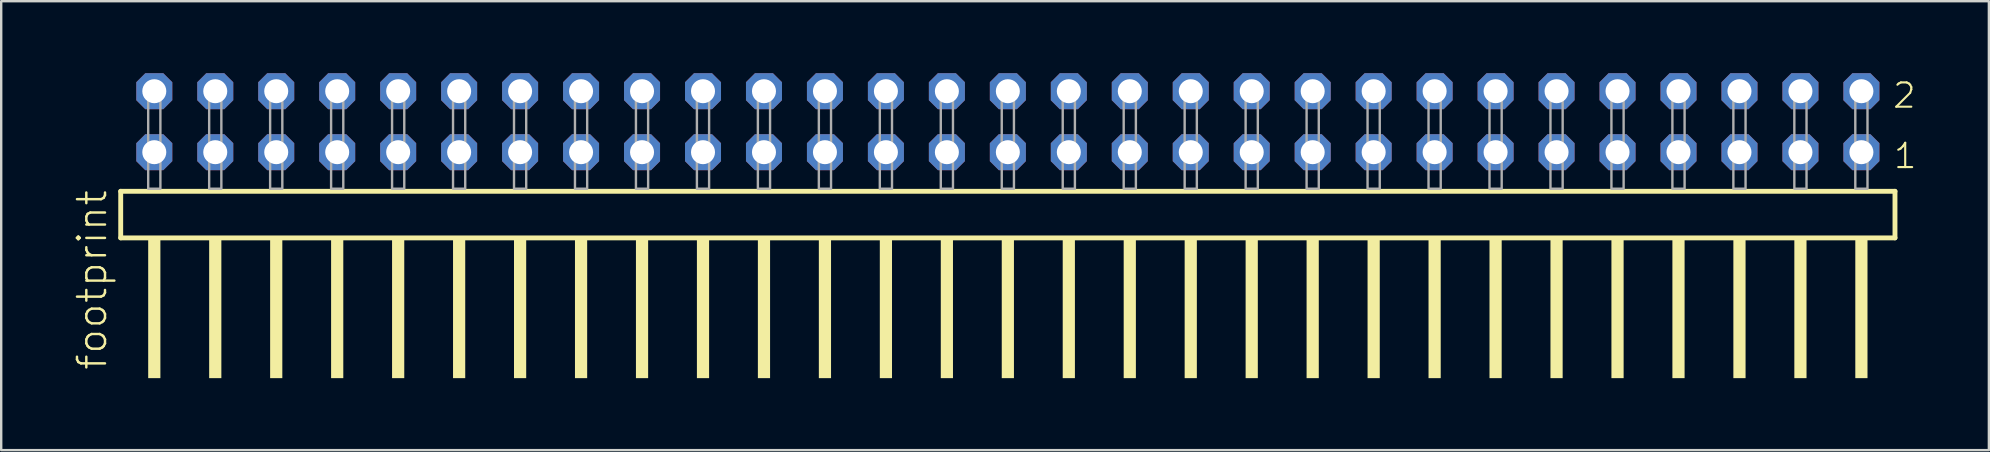
<source format=kicad_pcb>
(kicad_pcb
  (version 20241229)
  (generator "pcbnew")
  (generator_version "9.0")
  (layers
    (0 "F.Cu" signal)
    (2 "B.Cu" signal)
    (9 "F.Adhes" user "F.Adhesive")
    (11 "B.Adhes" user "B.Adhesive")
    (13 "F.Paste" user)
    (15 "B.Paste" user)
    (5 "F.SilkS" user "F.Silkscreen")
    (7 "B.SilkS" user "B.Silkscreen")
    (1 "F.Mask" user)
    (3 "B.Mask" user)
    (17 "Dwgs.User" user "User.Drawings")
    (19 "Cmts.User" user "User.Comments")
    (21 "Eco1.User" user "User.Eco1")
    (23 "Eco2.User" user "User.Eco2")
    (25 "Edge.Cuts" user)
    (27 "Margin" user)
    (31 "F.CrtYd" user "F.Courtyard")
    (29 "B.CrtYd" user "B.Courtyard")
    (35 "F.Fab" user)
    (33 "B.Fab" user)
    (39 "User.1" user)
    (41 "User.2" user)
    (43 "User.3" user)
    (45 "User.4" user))
  (footprint "footprint"
    (layer "F.Cu")
    (at 38.938 4.814)
    (property "Reference" "footprint" (at -37.465 7.62 90) (layer "F.SilkS") (effects (font (size 1.168 1.168) (thickness 0.102)) (justify left bottom)))
    (fp_line (start -36.959 0.106) (end -36.959 2.046) (stroke (width 0.203) (type solid)) (layer "F.SilkS"))
    (fp_line (start -36.959 2.046) (end 36.959 2.046) (stroke (width 0.203) (type solid)) (layer "F.SilkS"))
    (fp_line (start 36.959 0.106) (end -36.959 0.106) (stroke (width 0.203) (type solid)) (layer "F.SilkS"))
    (fp_line (start 36.959 2.046) (end 36.959 0.106) (stroke (width 0.203) (type solid)) (layer "F.SilkS"))
    (fp_poly (pts (xy -35.814 7.89) (xy -35.306 7.89) (xy -35.306 2.04) (xy -35.814 2.04)) (stroke (width 0) (type solid)) (fill yes) (layer "F.SilkS"))
    (fp_poly (pts (xy -33.274 7.89) (xy -32.766 7.89) (xy -32.766 2.04) (xy -33.274 2.04)) (stroke (width 0) (type solid)) (fill yes) (layer "F.SilkS"))
    (fp_poly (pts (xy -30.734 7.89) (xy -30.226 7.89) (xy -30.226 2.04) (xy -30.734 2.04)) (stroke (width 0) (type solid)) (fill yes) (layer "F.SilkS"))
    (fp_poly (pts (xy -28.194 7.89) (xy -27.686 7.89) (xy -27.686 2.04) (xy -28.194 2.04)) (stroke (width 0) (type solid)) (fill yes) (layer "F.SilkS"))
    (fp_poly (pts (xy -25.654 7.89) (xy -25.146 7.89) (xy -25.146 2.04) (xy -25.654 2.04)) (stroke (width 0) (type solid)) (fill yes) (layer "F.SilkS"))
    (fp_poly (pts (xy -23.114 7.89) (xy -22.606 7.89) (xy -22.606 2.04) (xy -23.114 2.04)) (stroke (width 0) (type solid)) (fill yes) (layer "F.SilkS"))
    (fp_poly (pts (xy -20.574 7.89) (xy -20.066 7.89) (xy -20.066 2.04) (xy -20.574 2.04)) (stroke (width 0) (type solid)) (fill yes) (layer "F.SilkS"))
    (fp_poly (pts (xy -18.034 7.89) (xy -17.526 7.89) (xy -17.526 2.04) (xy -18.034 2.04)) (stroke (width 0) (type solid)) (fill yes) (layer "F.SilkS"))
    (fp_poly (pts (xy -15.494 7.89) (xy -14.986 7.89) (xy -14.986 2.04) (xy -15.494 2.04)) (stroke (width 0) (type solid)) (fill yes) (layer "F.SilkS"))
    (fp_poly (pts (xy -12.954 7.89) (xy -12.446 7.89) (xy -12.446 2.04) (xy -12.954 2.04)) (stroke (width 0) (type solid)) (fill yes) (layer "F.SilkS"))
    (fp_poly (pts (xy -10.414 7.89) (xy -9.906 7.89) (xy -9.906 2.04) (xy -10.414 2.04)) (stroke (width 0) (type solid)) (fill yes) (layer "F.SilkS"))
    (fp_poly (pts (xy -7.874 7.89) (xy -7.366 7.89) (xy -7.366 2.04) (xy -7.874 2.04)) (stroke (width 0) (type solid)) (fill yes) (layer "F.SilkS"))
    (fp_poly (pts (xy -5.334 7.89) (xy -4.826 7.89) (xy -4.826 2.04) (xy -5.334 2.04)) (stroke (width 0) (type solid)) (fill yes) (layer "F.SilkS"))
    (fp_poly (pts (xy -2.794 7.89) (xy -2.286 7.89) (xy -2.286 2.04) (xy -2.794 2.04)) (stroke (width 0) (type solid)) (fill yes) (layer "F.SilkS"))
    (fp_poly (pts (xy -0.254 7.89) (xy 0.254 7.89) (xy 0.254 2.04) (xy -0.254 2.04)) (stroke (width 0) (type solid)) (fill yes) (layer "F.SilkS"))
    (fp_poly (pts (xy 2.286 7.89) (xy 2.794 7.89) (xy 2.794 2.04) (xy 2.286 2.04)) (stroke (width 0) (type solid)) (fill yes) (layer "F.SilkS"))
    (fp_poly (pts (xy 4.826 7.89) (xy 5.334 7.89) (xy 5.334 2.04) (xy 4.826 2.04)) (stroke (width 0) (type solid)) (fill yes) (layer "F.SilkS"))
    (fp_poly (pts (xy 7.366 7.89) (xy 7.874 7.89) (xy 7.874 2.04) (xy 7.366 2.04)) (stroke (width 0) (type solid)) (fill yes) (layer "F.SilkS"))
    (fp_poly (pts (xy 9.906 7.89) (xy 10.414 7.89) (xy 10.414 2.04) (xy 9.906 2.04)) (stroke (width 0) (type solid)) (fill yes) (layer "F.SilkS"))
    (fp_poly (pts (xy 12.446 7.89) (xy 12.954 7.89) (xy 12.954 2.04) (xy 12.446 2.04)) (stroke (width 0) (type solid)) (fill yes) (layer "F.SilkS"))
    (fp_poly (pts (xy 14.986 7.89) (xy 15.494 7.89) (xy 15.494 2.04) (xy 14.986 2.04)) (stroke (width 0) (type solid)) (fill yes) (layer "F.SilkS"))
    (fp_poly (pts (xy 17.526 7.89) (xy 18.034 7.89) (xy 18.034 2.04) (xy 17.526 2.04)) (stroke (width 0) (type solid)) (fill yes) (layer "F.SilkS"))
    (fp_poly (pts (xy 20.066 7.89) (xy 20.574 7.89) (xy 20.574 2.04) (xy 20.066 2.04)) (stroke (width 0) (type solid)) (fill yes) (layer "F.SilkS"))
    (fp_poly (pts (xy 22.606 7.89) (xy 23.114 7.89) (xy 23.114 2.04) (xy 22.606 2.04)) (stroke (width 0) (type solid)) (fill yes) (layer "F.SilkS"))
    (fp_poly (pts (xy 25.146 7.89) (xy 25.654 7.89) (xy 25.654 2.04) (xy 25.146 2.04)) (stroke (width 0) (type solid)) (fill yes) (layer "F.SilkS"))
    (fp_poly (pts (xy 27.686 7.89) (xy 28.194 7.89) (xy 28.194 2.04) (xy 27.686 2.04)) (stroke (width 0) (type solid)) (fill yes) (layer "F.SilkS"))
    (fp_poly (pts (xy 30.226 7.89) (xy 30.734 7.89) (xy 30.734 2.04) (xy 30.226 2.04)) (stroke (width 0) (type solid)) (fill yes) (layer "F.SilkS"))
    (fp_poly (pts (xy 32.766 7.89) (xy 33.274 7.89) (xy 33.274 2.04) (xy 32.766 2.04)) (stroke (width 0) (type solid)) (fill yes) (layer "F.SilkS"))
    (fp_poly (pts (xy 35.306 7.89) (xy 35.814 7.89) (xy 35.814 2.04) (xy 35.306 2.04)) (stroke (width 0) (type solid)) (fill yes) (layer "F.SilkS"))
    (fp_poly (pts (xy -35.814 0) (xy -35.306 0) (xy -35.306 -4.318) (xy -35.814 -4.318)) (stroke (width 0.1) (type solid)) (fill no) (layer "F.Fab"))
    (fp_poly (pts (xy -33.274 0) (xy -32.766 0) (xy -32.766 -4.318) (xy -33.274 -4.318)) (stroke (width 0.1) (type solid)) (fill no) (layer "F.Fab"))
    (fp_poly (pts (xy -30.734 0) (xy -30.226 0) (xy -30.226 -4.318) (xy -30.734 -4.318)) (stroke (width 0.1) (type solid)) (fill no) (layer "F.Fab"))
    (fp_poly (pts (xy -28.194 0) (xy -27.686 0) (xy -27.686 -4.318) (xy -28.194 -4.318)) (stroke (width 0.1) (type solid)) (fill no) (layer "F.Fab"))
    (fp_poly (pts (xy -25.654 0) (xy -25.146 0) (xy -25.146 -4.318) (xy -25.654 -4.318)) (stroke (width 0.1) (type solid)) (fill no) (layer "F.Fab"))
    (fp_poly (pts (xy -23.114 0) (xy -22.606 0) (xy -22.606 -4.318) (xy -23.114 -4.318)) (stroke (width 0.1) (type solid)) (fill no) (layer "F.Fab"))
    (fp_poly (pts (xy -20.574 0) (xy -20.066 0) (xy -20.066 -4.318) (xy -20.574 -4.318)) (stroke (width 0.1) (type solid)) (fill no) (layer "F.Fab"))
    (fp_poly (pts (xy -18.034 0) (xy -17.526 0) (xy -17.526 -4.318) (xy -18.034 -4.318)) (stroke (width 0.1) (type solid)) (fill no) (layer "F.Fab"))
    (fp_poly (pts (xy -15.494 0) (xy -14.986 0) (xy -14.986 -4.318) (xy -15.494 -4.318)) (stroke (width 0.1) (type solid)) (fill no) (layer "F.Fab"))
    (fp_poly (pts (xy -12.954 0) (xy -12.446 0) (xy -12.446 -4.318) (xy -12.954 -4.318)) (stroke (width 0.1) (type solid)) (fill no) (layer "F.Fab"))
    (fp_poly (pts (xy -10.414 0) (xy -9.906 0) (xy -9.906 -4.318) (xy -10.414 -4.318)) (stroke (width 0.1) (type solid)) (fill no) (layer "F.Fab"))
    (fp_poly (pts (xy -7.874 0) (xy -7.366 0) (xy -7.366 -4.318) (xy -7.874 -4.318)) (stroke (width 0.1) (type solid)) (fill no) (layer "F.Fab"))
    (fp_poly (pts (xy -5.334 0) (xy -4.826 0) (xy -4.826 -4.318) (xy -5.334 -4.318)) (stroke (width 0.1) (type solid)) (fill no) (layer "F.Fab"))
    (fp_poly (pts (xy -2.794 0) (xy -2.286 0) (xy -2.286 -4.318) (xy -2.794 -4.318)) (stroke (width 0.1) (type solid)) (fill no) (layer "F.Fab"))
    (fp_poly (pts (xy -0.254 0) (xy 0.254 0) (xy 0.254 -4.318) (xy -0.254 -4.318)) (stroke (width 0.1) (type solid)) (fill no) (layer "F.Fab"))
    (fp_poly (pts (xy 2.286 0) (xy 2.794 0) (xy 2.794 -4.318) (xy 2.286 -4.318)) (stroke (width 0.1) (type solid)) (fill no) (layer "F.Fab"))
    (fp_poly (pts (xy 4.826 0) (xy 5.334 0) (xy 5.334 -4.318) (xy 4.826 -4.318)) (stroke (width 0.1) (type solid)) (fill no) (layer "F.Fab"))
    (fp_poly (pts (xy 7.366 0) (xy 7.874 0) (xy 7.874 -4.318) (xy 7.366 -4.318)) (stroke (width 0.1) (type solid)) (fill no) (layer "F.Fab"))
    (fp_poly (pts (xy 9.906 0) (xy 10.414 0) (xy 10.414 -4.318) (xy 9.906 -4.318)) (stroke (width 0.1) (type solid)) (fill no) (layer "F.Fab"))
    (fp_poly (pts (xy 12.446 0) (xy 12.954 0) (xy 12.954 -4.318) (xy 12.446 -4.318)) (stroke (width 0.1) (type solid)) (fill no) (layer "F.Fab"))
    (fp_poly (pts (xy 14.986 0) (xy 15.494 0) (xy 15.494 -4.318) (xy 14.986 -4.318)) (stroke (width 0.1) (type solid)) (fill no) (layer "F.Fab"))
    (fp_poly (pts (xy 17.526 0) (xy 18.034 0) (xy 18.034 -4.318) (xy 17.526 -4.318)) (stroke (width 0.1) (type solid)) (fill no) (layer "F.Fab"))
    (fp_poly (pts (xy 20.066 0) (xy 20.574 0) (xy 20.574 -4.318) (xy 20.066 -4.318)) (stroke (width 0.1) (type solid)) (fill no) (layer "F.Fab"))
    (fp_poly (pts (xy 22.606 0) (xy 23.114 0) (xy 23.114 -4.318) (xy 22.606 -4.318)) (stroke (width 0.1) (type solid)) (fill no) (layer "F.Fab"))
    (fp_poly (pts (xy 25.146 0) (xy 25.654 0) (xy 25.654 -4.318) (xy 25.146 -4.318)) (stroke (width 0.1) (type solid)) (fill no) (layer "F.Fab"))
    (fp_poly (pts (xy 27.686 0) (xy 28.194 0) (xy 28.194 -4.318) (xy 27.686 -4.318)) (stroke (width 0.1) (type solid)) (fill no) (layer "F.Fab"))
    (fp_poly (pts (xy 30.226 0) (xy 30.734 0) (xy 30.734 -4.318) (xy 30.226 -4.318)) (stroke (width 0.1) (type solid)) (fill no) (layer "F.Fab"))
    (fp_poly (pts (xy 32.766 0) (xy 33.274 0) (xy 33.274 -4.318) (xy 32.766 -4.318)) (stroke (width 0.1) (type solid)) (fill no) (layer "F.Fab"))
    (fp_poly (pts (xy 35.306 0) (xy 35.814 0) (xy 35.814 -4.318) (xy 35.306 -4.318)) (stroke (width 0.1) (type solid)) (fill no) (layer "F.Fab"))
    (fp_text user "2" (at 36.81 -3.29 0) (layer "F.SilkS") (effects (font (size 1.012 1.012) (thickness 0.088)) (justify left bottom)))
    (fp_text user "1" (at 36.845 -0.775 0) (layer "F.SilkS") (effects (font (size 1.012 1.012) (thickness 0.088)) (justify left bottom)))
    (pad "1" thru_hole roundrect (at 35.56 -1.524 180) (size 1.5 1.5) (drill 1) (layers "*.Cu" "*.Mask") (roundrect_rratio 0.25) (chamfer_ratio 0.25) (chamfer top_left top_right bottom_left bottom_right))
    (pad "2" thru_hole roundrect (at 35.56 -4.064 180) (size 1.5 1.5) (drill 1) (layers "*.Cu" "*.Mask") (roundrect_rratio 0.25) (chamfer_ratio 0.25) (chamfer top_left top_right bottom_left bottom_right))
    (pad "3" thru_hole roundrect (at 33.02 -1.524 180) (size 1.5 1.5) (drill 1) (layers "*.Cu" "*.Mask") (roundrect_rratio 0.25) (chamfer_ratio 0.25) (chamfer top_left top_right bottom_left bottom_right))
    (pad "4" thru_hole roundrect (at 33.02 -4.064 180) (size 1.5 1.5) (drill 1) (layers "*.Cu" "*.Mask") (roundrect_rratio 0.25) (chamfer_ratio 0.25) (chamfer top_left top_right bottom_left bottom_right))
    (pad "5" thru_hole roundrect (at 30.48 -1.524 180) (size 1.5 1.5) (drill 1) (layers "*.Cu" "*.Mask") (roundrect_rratio 0.25) (chamfer_ratio 0.25) (chamfer top_left top_right bottom_left bottom_right))
    (pad "6" thru_hole roundrect (at 30.48 -4.064 180) (size 1.5 1.5) (drill 1) (layers "*.Cu" "*.Mask") (roundrect_rratio 0.25) (chamfer_ratio 0.25) (chamfer top_left top_right bottom_left bottom_right))
    (pad "7" thru_hole roundrect (at 27.94 -1.524 180) (size 1.5 1.5) (drill 1) (layers "*.Cu" "*.Mask") (roundrect_rratio 0.25) (chamfer_ratio 0.25) (chamfer top_left top_right bottom_left bottom_right))
    (pad "8" thru_hole roundrect (at 27.94 -4.064 180) (size 1.5 1.5) (drill 1) (layers "*.Cu" "*.Mask") (roundrect_rratio 0.25) (chamfer_ratio 0.25) (chamfer top_left top_right bottom_left bottom_right))
    (pad "9" thru_hole roundrect (at 25.4 -1.524 180) (size 1.5 1.5) (drill 1) (layers "*.Cu" "*.Mask") (roundrect_rratio 0.25) (chamfer_ratio 0.25) (chamfer top_left top_right bottom_left bottom_right))
    (pad "10" thru_hole roundrect (at 25.4 -4.064 180) (size 1.5 1.5) (drill 1) (layers "*.Cu" "*.Mask") (roundrect_rratio 0.25) (chamfer_ratio 0.25) (chamfer top_left top_right bottom_left bottom_right))
    (pad "11" thru_hole roundrect (at 22.86 -1.524 180) (size 1.5 1.5) (drill 1) (layers "*.Cu" "*.Mask") (roundrect_rratio 0.25) (chamfer_ratio 0.25) (chamfer top_left top_right bottom_left bottom_right))
    (pad "12" thru_hole roundrect (at 22.86 -4.064 180) (size 1.5 1.5) (drill 1) (layers "*.Cu" "*.Mask") (roundrect_rratio 0.25) (chamfer_ratio 0.25) (chamfer top_left top_right bottom_left bottom_right))
    (pad "13" thru_hole roundrect (at 20.32 -1.524 180) (size 1.5 1.5) (drill 1) (layers "*.Cu" "*.Mask") (roundrect_rratio 0.25) (chamfer_ratio 0.25) (chamfer top_left top_right bottom_left bottom_right))
    (pad "14" thru_hole roundrect (at 20.32 -4.064 180) (size 1.5 1.5) (drill 1) (layers "*.Cu" "*.Mask") (roundrect_rratio 0.25) (chamfer_ratio 0.25) (chamfer top_left top_right bottom_left bottom_right))
    (pad "15" thru_hole roundrect (at 17.78 -1.524 180) (size 1.5 1.5) (drill 1) (layers "*.Cu" "*.Mask") (roundrect_rratio 0.25) (chamfer_ratio 0.25) (chamfer top_left top_right bottom_left bottom_right))
    (pad "16" thru_hole roundrect (at 17.78 -4.064 180) (size 1.5 1.5) (drill 1) (layers "*.Cu" "*.Mask") (roundrect_rratio 0.25) (chamfer_ratio 0.25) (chamfer top_left top_right bottom_left bottom_right))
    (pad "17" thru_hole roundrect (at 15.24 -1.524 180) (size 1.5 1.5) (drill 1) (layers "*.Cu" "*.Mask") (roundrect_rratio 0.25) (chamfer_ratio 0.25) (chamfer top_left top_right bottom_left bottom_right))
    (pad "18" thru_hole roundrect (at 15.24 -4.064 180) (size 1.5 1.5) (drill 1) (layers "*.Cu" "*.Mask") (roundrect_rratio 0.25) (chamfer_ratio 0.25) (chamfer top_left top_right bottom_left bottom_right))
    (pad "19" thru_hole roundrect (at 12.7 -1.524 180) (size 1.5 1.5) (drill 1) (layers "*.Cu" "*.Mask") (roundrect_rratio 0.25) (chamfer_ratio 0.25) (chamfer top_left top_right bottom_left bottom_right))
    (pad "20" thru_hole roundrect (at 12.7 -4.064 180) (size 1.5 1.5) (drill 1) (layers "*.Cu" "*.Mask") (roundrect_rratio 0.25) (chamfer_ratio 0.25) (chamfer top_left top_right bottom_left bottom_right))
    (pad "21" thru_hole roundrect (at 10.16 -1.524 180) (size 1.5 1.5) (drill 1) (layers "*.Cu" "*.Mask") (roundrect_rratio 0.25) (chamfer_ratio 0.25) (chamfer top_left top_right bottom_left bottom_right))
    (pad "22" thru_hole roundrect (at 10.16 -4.064 180) (size 1.5 1.5) (drill 1) (layers "*.Cu" "*.Mask") (roundrect_rratio 0.25) (chamfer_ratio 0.25) (chamfer top_left top_right bottom_left bottom_right))
    (pad "23" thru_hole roundrect (at 7.62 -1.524 180) (size 1.5 1.5) (drill 1) (layers "*.Cu" "*.Mask") (roundrect_rratio 0.25) (chamfer_ratio 0.25) (chamfer top_left top_right bottom_left bottom_right))
    (pad "24" thru_hole roundrect (at 7.62 -4.064 180) (size 1.5 1.5) (drill 1) (layers "*.Cu" "*.Mask") (roundrect_rratio 0.25) (chamfer_ratio 0.25) (chamfer top_left top_right bottom_left bottom_right))
    (pad "25" thru_hole roundrect (at 5.08 -1.524 180) (size 1.5 1.5) (drill 1) (layers "*.Cu" "*.Mask") (roundrect_rratio 0.25) (chamfer_ratio 0.25) (chamfer top_left top_right bottom_left bottom_right))
    (pad "26" thru_hole roundrect (at 5.08 -4.064 180) (size 1.5 1.5) (drill 1) (layers "*.Cu" "*.Mask") (roundrect_rratio 0.25) (chamfer_ratio 0.25) (chamfer top_left top_right bottom_left bottom_right))
    (pad "27" thru_hole roundrect (at 2.54 -1.524 180) (size 1.5 1.5) (drill 1) (layers "*.Cu" "*.Mask") (roundrect_rratio 0.25) (chamfer_ratio 0.25) (chamfer top_left top_right bottom_left bottom_right))
    (pad "28" thru_hole roundrect (at 2.54 -4.064 180) (size 1.5 1.5) (drill 1) (layers "*.Cu" "*.Mask") (roundrect_rratio 0.25) (chamfer_ratio 0.25) (chamfer top_left top_right bottom_left bottom_right))
    (pad "29" thru_hole roundrect (at 0 -1.524 180) (size 1.5 1.5) (drill 1) (layers "*.Cu" "*.Mask") (roundrect_rratio 0.25) (chamfer_ratio 0.25) (chamfer top_left top_right bottom_left bottom_right))
    (pad "30" thru_hole roundrect (at 0 -4.064 180) (size 1.5 1.5) (drill 1) (layers "*.Cu" "*.Mask") (roundrect_rratio 0.25) (chamfer_ratio 0.25) (chamfer top_left top_right bottom_left bottom_right))
    (pad "31" thru_hole roundrect (at -2.54 -1.524 180) (size 1.5 1.5) (drill 1) (layers "*.Cu" "*.Mask") (roundrect_rratio 0.25) (chamfer_ratio 0.25) (chamfer top_left top_right bottom_left bottom_right))
    (pad "32" thru_hole roundrect (at -2.54 -4.064 180) (size 1.5 1.5) (drill 1) (layers "*.Cu" "*.Mask") (roundrect_rratio 0.25) (chamfer_ratio 0.25) (chamfer top_left top_right bottom_left bottom_right))
    (pad "33" thru_hole roundrect (at -5.08 -1.524 180) (size 1.5 1.5) (drill 1) (layers "*.Cu" "*.Mask") (roundrect_rratio 0.25) (chamfer_ratio 0.25) (chamfer top_left top_right bottom_left bottom_right))
    (pad "34" thru_hole roundrect (at -5.08 -4.064 180) (size 1.5 1.5) (drill 1) (layers "*.Cu" "*.Mask") (roundrect_rratio 0.25) (chamfer_ratio 0.25) (chamfer top_left top_right bottom_left bottom_right))
    (pad "35" thru_hole roundrect (at -7.62 -1.524 180) (size 1.5 1.5) (drill 1) (layers "*.Cu" "*.Mask") (roundrect_rratio 0.25) (chamfer_ratio 0.25) (chamfer top_left top_right bottom_left bottom_right))
    (pad "36" thru_hole roundrect (at -7.62 -4.064 180) (size 1.5 1.5) (drill 1) (layers "*.Cu" "*.Mask") (roundrect_rratio 0.25) (chamfer_ratio 0.25) (chamfer top_left top_right bottom_left bottom_right))
    (pad "37" thru_hole roundrect (at -10.16 -1.524 180) (size 1.5 1.5) (drill 1) (layers "*.Cu" "*.Mask") (roundrect_rratio 0.25) (chamfer_ratio 0.25) (chamfer top_left top_right bottom_left bottom_right))
    (pad "38" thru_hole roundrect (at -10.16 -4.064 180) (size 1.5 1.5) (drill 1) (layers "*.Cu" "*.Mask") (roundrect_rratio 0.25) (chamfer_ratio 0.25) (chamfer top_left top_right bottom_left bottom_right))
    (pad "39" thru_hole roundrect (at -12.7 -1.524 180) (size 1.5 1.5) (drill 1) (layers "*.Cu" "*.Mask") (roundrect_rratio 0.25) (chamfer_ratio 0.25) (chamfer top_left top_right bottom_left bottom_right))
    (pad "40" thru_hole roundrect (at -12.7 -4.064 180) (size 1.5 1.5) (drill 1) (layers "*.Cu" "*.Mask") (roundrect_rratio 0.25) (chamfer_ratio 0.25) (chamfer top_left top_right bottom_left bottom_right))
    (pad "41" thru_hole roundrect (at -15.24 -1.524 180) (size 1.5 1.5) (drill 1) (layers "*.Cu" "*.Mask") (roundrect_rratio 0.25) (chamfer_ratio 0.25) (chamfer top_left top_right bottom_left bottom_right))
    (pad "42" thru_hole roundrect (at -15.24 -4.064 180) (size 1.5 1.5) (drill 1) (layers "*.Cu" "*.Mask") (roundrect_rratio 0.25) (chamfer_ratio 0.25) (chamfer top_left top_right bottom_left bottom_right))
    (pad "43" thru_hole roundrect (at -17.78 -1.524 180) (size 1.5 1.5) (drill 1) (layers "*.Cu" "*.Mask") (roundrect_rratio 0.25) (chamfer_ratio 0.25) (chamfer top_left top_right bottom_left bottom_right))
    (pad "44" thru_hole roundrect (at -17.78 -4.064 180) (size 1.5 1.5) (drill 1) (layers "*.Cu" "*.Mask") (roundrect_rratio 0.25) (chamfer_ratio 0.25) (chamfer top_left top_right bottom_left bottom_right))
    (pad "45" thru_hole roundrect (at -20.32 -1.524 180) (size 1.5 1.5) (drill 1) (layers "*.Cu" "*.Mask") (roundrect_rratio 0.25) (chamfer_ratio 0.25) (chamfer top_left top_right bottom_left bottom_right))
    (pad "46" thru_hole roundrect (at -20.32 -4.064 180) (size 1.5 1.5) (drill 1) (layers "*.Cu" "*.Mask") (roundrect_rratio 0.25) (chamfer_ratio 0.25) (chamfer top_left top_right bottom_left bottom_right))
    (pad "47" thru_hole roundrect (at -22.86 -1.524 180) (size 1.5 1.5) (drill 1) (layers "*.Cu" "*.Mask") (roundrect_rratio 0.25) (chamfer_ratio 0.25) (chamfer top_left top_right bottom_left bottom_right))
    (pad "48" thru_hole roundrect (at -22.86 -4.064 180) (size 1.5 1.5) (drill 1) (layers "*.Cu" "*.Mask") (roundrect_rratio 0.25) (chamfer_ratio 0.25) (chamfer top_left top_right bottom_left bottom_right))
    (pad "49" thru_hole roundrect (at -25.4 -1.524 180) (size 1.5 1.5) (drill 1) (layers "*.Cu" "*.Mask") (roundrect_rratio 0.25) (chamfer_ratio 0.25) (chamfer top_left top_right bottom_left bottom_right))
    (pad "50" thru_hole roundrect (at -25.4 -4.064 180) (size 1.5 1.5) (drill 1) (layers "*.Cu" "*.Mask") (roundrect_rratio 0.25) (chamfer_ratio 0.25) (chamfer top_left top_right bottom_left bottom_right))
    (pad "51" thru_hole roundrect (at -27.94 -1.524 180) (size 1.5 1.5) (drill 1) (layers "*.Cu" "*.Mask") (roundrect_rratio 0.25) (chamfer_ratio 0.25) (chamfer top_left top_right bottom_left bottom_right))
    (pad "52" thru_hole roundrect (at -27.94 -4.064 180) (size 1.5 1.5) (drill 1) (layers "*.Cu" "*.Mask") (roundrect_rratio 0.25) (chamfer_ratio 0.25) (chamfer top_left top_right bottom_left bottom_right))
    (pad "53" thru_hole roundrect (at -30.48 -1.524 180) (size 1.5 1.5) (drill 1) (layers "*.Cu" "*.Mask") (roundrect_rratio 0.25) (chamfer_ratio 0.25) (chamfer top_left top_right bottom_left bottom_right))
    (pad "54" thru_hole roundrect (at -30.48 -4.064 180) (size 1.5 1.5) (drill 1) (layers "*.Cu" "*.Mask") (roundrect_rratio 0.25) (chamfer_ratio 0.25) (chamfer top_left top_right bottom_left bottom_right))
    (pad "55" thru_hole roundrect (at -33.02 -1.524 180) (size 1.5 1.5) (drill 1) (layers "*.Cu" "*.Mask") (roundrect_rratio 0.25) (chamfer_ratio 0.25) (chamfer top_left top_right bottom_left bottom_right))
    (pad "56" thru_hole roundrect (at -33.02 -4.064 180) (size 1.5 1.5) (drill 1) (layers "*.Cu" "*.Mask") (roundrect_rratio 0.25) (chamfer_ratio 0.25) (chamfer top_left top_right bottom_left bottom_right))
    (pad "57" thru_hole roundrect (at -35.56 -1.524 180) (size 1.5 1.5) (drill 1) (layers "*.Cu" "*.Mask") (roundrect_rratio 0.25) (chamfer_ratio 0.25) (chamfer top_left top_right bottom_left bottom_right))
    (pad "58" thru_hole roundrect (at -35.56 -4.064 180) (size 1.5 1.5) (drill 1) (layers "*.Cu" "*.Mask") (roundrect_rratio 0.25) (chamfer_ratio 0.25) (chamfer top_left top_right bottom_left bottom_right)))
  (gr_rect
    (start -3 -3)
    (end 79.809 15.704)
    (stroke (width 0.1) (type default))
    (fill no)
    (layer "Edge.Cuts")))
</source>
